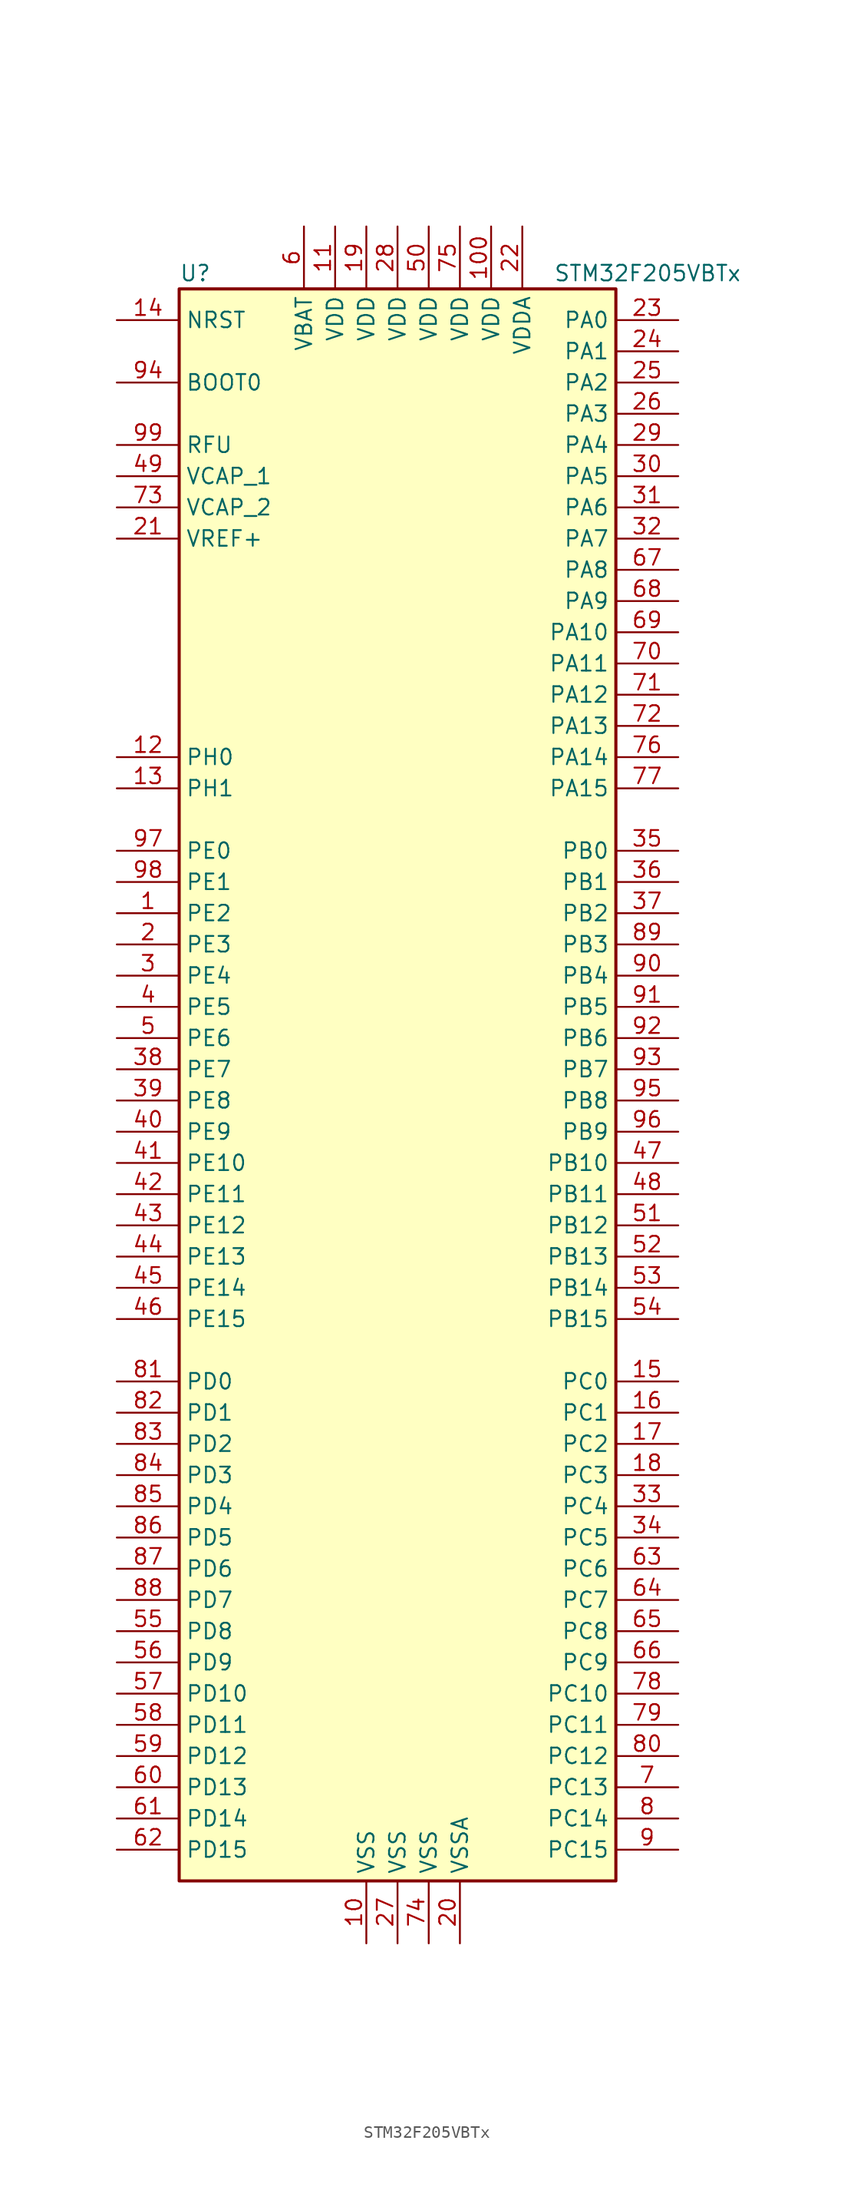
<source format=kicad_sym>
(kicad_symbol_lib
  (version 20201005)
  (generator kicad_symbol_editor)
  (symbol "STM32F205VBTx"
    (property "Reference" "U"
      (at -17.78 64.77 0)
      (effects (font (size 1.27 1.27)) (justify left)))
    (property "Value" "STM32F205VBTx"
      (at 12.7 64.77 0)
      (effects (font (size 1.27 1.27)) (justify left)))
    (symbol "STM32F205VBTx_0_1"
      (rectangle (start -17.78 -66.04) (end 17.78 63.5) (stroke (width 0.254)) (fill (type background))))
    (symbol "STM32F205VBTx_1_1"
      (pin input line (at -22.86 55.88 0) (length 5.08) (name "BOOT0" (effects (font (size 1.27 1.27)))) (number "94" (effects (font (size 1.27 1.27)))))
      (pin input line (at -22.86 60.96 0) (length 5.08) (name "NRST" (effects (font (size 1.27 1.27)))) (number "14" (effects (font (size 1.27 1.27)))))
      (pin bidirectional line (at 22.86 60.96 180) (length 5.08) (name "PA0" (effects (font (size 1.27 1.27)))) (number "23" (effects (font (size 1.27 1.27)))))
      (pin bidirectional line (at 22.86 58.42 180) (length 5.08) (name "PA1" (effects (font (size 1.27 1.27)))) (number "24" (effects (font (size 1.27 1.27)))))
      (pin bidirectional line (at 22.86 35.56 180) (length 5.08) (name "PA10" (effects (font (size 1.27 1.27)))) (number "69" (effects (font (size 1.27 1.27)))))
      (pin bidirectional line (at 22.86 33.02 180) (length 5.08) (name "PA11" (effects (font (size 1.27 1.27)))) (number "70" (effects (font (size 1.27 1.27)))))
      (pin bidirectional line (at 22.86 30.48 180) (length 5.08) (name "PA12" (effects (font (size 1.27 1.27)))) (number "71" (effects (font (size 1.27 1.27)))))
      (pin bidirectional line (at 22.86 27.94 180) (length 5.08) (name "PA13" (effects (font (size 1.27 1.27)))) (number "72" (effects (font (size 1.27 1.27)))))
      (pin bidirectional line (at 22.86 25.4 180) (length 5.08) (name "PA14" (effects (font (size 1.27 1.27)))) (number "76" (effects (font (size 1.27 1.27)))))
      (pin bidirectional line (at 22.86 22.86 180) (length 5.08) (name "PA15" (effects (font (size 1.27 1.27)))) (number "77" (effects (font (size 1.27 1.27)))))
      (pin bidirectional line (at 22.86 55.88 180) (length 5.08) (name "PA2" (effects (font (size 1.27 1.27)))) (number "25" (effects (font (size 1.27 1.27)))))
      (pin bidirectional line (at 22.86 53.34 180) (length 5.08) (name "PA3" (effects (font (size 1.27 1.27)))) (number "26" (effects (font (size 1.27 1.27)))))
      (pin bidirectional line (at 22.86 50.8 180) (length 5.08) (name "PA4" (effects (font (size 1.27 1.27)))) (number "29" (effects (font (size 1.27 1.27)))))
      (pin bidirectional line (at 22.86 48.26 180) (length 5.08) (name "PA5" (effects (font (size 1.27 1.27)))) (number "30" (effects (font (size 1.27 1.27)))))
      (pin bidirectional line (at 22.86 45.72 180) (length 5.08) (name "PA6" (effects (font (size 1.27 1.27)))) (number "31" (effects (font (size 1.27 1.27)))))
      (pin bidirectional line (at 22.86 43.18 180) (length 5.08) (name "PA7" (effects (font (size 1.27 1.27)))) (number "32" (effects (font (size 1.27 1.27)))))
      (pin bidirectional line (at 22.86 40.64 180) (length 5.08) (name "PA8" (effects (font (size 1.27 1.27)))) (number "67" (effects (font (size 1.27 1.27)))))
      (pin bidirectional line (at 22.86 38.1 180) (length 5.08) (name "PA9" (effects (font (size 1.27 1.27)))) (number "68" (effects (font (size 1.27 1.27)))))
      (pin bidirectional line (at 22.86 17.78 180) (length 5.08) (name "PB0" (effects (font (size 1.27 1.27)))) (number "35" (effects (font (size 1.27 1.27)))))
      (pin bidirectional line (at 22.86 15.24 180) (length 5.08) (name "PB1" (effects (font (size 1.27 1.27)))) (number "36" (effects (font (size 1.27 1.27)))))
      (pin bidirectional line (at 22.86 -7.62 180) (length 5.08) (name "PB10" (effects (font (size 1.27 1.27)))) (number "47" (effects (font (size 1.27 1.27)))))
      (pin bidirectional line (at 22.86 -10.16 180) (length 5.08) (name "PB11" (effects (font (size 1.27 1.27)))) (number "48" (effects (font (size 1.27 1.27)))))
      (pin bidirectional line (at 22.86 -12.7 180) (length 5.08) (name "PB12" (effects (font (size 1.27 1.27)))) (number "51" (effects (font (size 1.27 1.27)))))
      (pin bidirectional line (at 22.86 -15.24 180) (length 5.08) (name "PB13" (effects (font (size 1.27 1.27)))) (number "52" (effects (font (size 1.27 1.27)))))
      (pin bidirectional line (at 22.86 -17.78 180) (length 5.08) (name "PB14" (effects (font (size 1.27 1.27)))) (number "53" (effects (font (size 1.27 1.27)))))
      (pin bidirectional line (at 22.86 -20.32 180) (length 5.08) (name "PB15" (effects (font (size 1.27 1.27)))) (number "54" (effects (font (size 1.27 1.27)))))
      (pin bidirectional line (at 22.86 12.7 180) (length 5.08) (name "PB2" (effects (font (size 1.27 1.27)))) (number "37" (effects (font (size 1.27 1.27)))))
      (pin bidirectional line (at 22.86 10.16 180) (length 5.08) (name "PB3" (effects (font (size 1.27 1.27)))) (number "89" (effects (font (size 1.27 1.27)))))
      (pin bidirectional line (at 22.86 7.62 180) (length 5.08) (name "PB4" (effects (font (size 1.27 1.27)))) (number "90" (effects (font (size 1.27 1.27)))))
      (pin bidirectional line (at 22.86 5.08 180) (length 5.08) (name "PB5" (effects (font (size 1.27 1.27)))) (number "91" (effects (font (size 1.27 1.27)))))
      (pin bidirectional line (at 22.86 2.54 180) (length 5.08) (name "PB6" (effects (font (size 1.27 1.27)))) (number "92" (effects (font (size 1.27 1.27)))))
      (pin bidirectional line (at 22.86 0 180) (length 5.08) (name "PB7" (effects (font (size 1.27 1.27)))) (number "93" (effects (font (size 1.27 1.27)))))
      (pin bidirectional line (at 22.86 -2.54 180) (length 5.08) (name "PB8" (effects (font (size 1.27 1.27)))) (number "95" (effects (font (size 1.27 1.27)))))
      (pin bidirectional line (at 22.86 -5.08 180) (length 5.08) (name "PB9" (effects (font (size 1.27 1.27)))) (number "96" (effects (font (size 1.27 1.27)))))
      (pin bidirectional line (at 22.86 -25.4 180) (length 5.08) (name "PC0" (effects (font (size 1.27 1.27)))) (number "15" (effects (font (size 1.27 1.27)))))
      (pin bidirectional line (at 22.86 -27.94 180) (length 5.08) (name "PC1" (effects (font (size 1.27 1.27)))) (number "16" (effects (font (size 1.27 1.27)))))
      (pin bidirectional line (at 22.86 -50.8 180) (length 5.08) (name "PC10" (effects (font (size 1.27 1.27)))) (number "78" (effects (font (size 1.27 1.27)))))
      (pin bidirectional line (at 22.86 -53.34 180) (length 5.08) (name "PC11" (effects (font (size 1.27 1.27)))) (number "79" (effects (font (size 1.27 1.27)))))
      (pin bidirectional line (at 22.86 -55.88 180) (length 5.08) (name "PC12" (effects (font (size 1.27 1.27)))) (number "80" (effects (font (size 1.27 1.27)))))
      (pin bidirectional line (at 22.86 -58.42 180) (length 5.08) (name "PC13" (effects (font (size 1.27 1.27)))) (number "7" (effects (font (size 1.27 1.27)))))
      (pin bidirectional line (at 22.86 -60.96 180) (length 5.08) (name "PC14" (effects (font (size 1.27 1.27)))) (number "8" (effects (font (size 1.27 1.27)))))
      (pin bidirectional line (at 22.86 -63.5 180) (length 5.08) (name "PC15" (effects (font (size 1.27 1.27)))) (number "9" (effects (font (size 1.27 1.27)))))
      (pin bidirectional line (at 22.86 -30.48 180) (length 5.08) (name "PC2" (effects (font (size 1.27 1.27)))) (number "17" (effects (font (size 1.27 1.27)))))
      (pin bidirectional line (at 22.86 -33.02 180) (length 5.08) (name "PC3" (effects (font (size 1.27 1.27)))) (number "18" (effects (font (size 1.27 1.27)))))
      (pin bidirectional line (at 22.86 -35.56 180) (length 5.08) (name "PC4" (effects (font (size 1.27 1.27)))) (number "33" (effects (font (size 1.27 1.27)))))
      (pin bidirectional line (at 22.86 -38.1 180) (length 5.08) (name "PC5" (effects (font (size 1.27 1.27)))) (number "34" (effects (font (size 1.27 1.27)))))
      (pin bidirectional line (at 22.86 -40.64 180) (length 5.08) (name "PC6" (effects (font (size 1.27 1.27)))) (number "63" (effects (font (size 1.27 1.27)))))
      (pin bidirectional line (at 22.86 -43.18 180) (length 5.08) (name "PC7" (effects (font (size 1.27 1.27)))) (number "64" (effects (font (size 1.27 1.27)))))
      (pin bidirectional line (at 22.86 -45.72 180) (length 5.08) (name "PC8" (effects (font (size 1.27 1.27)))) (number "65" (effects (font (size 1.27 1.27)))))
      (pin bidirectional line (at 22.86 -48.26 180) (length 5.08) (name "PC9" (effects (font (size 1.27 1.27)))) (number "66" (effects (font (size 1.27 1.27)))))
      (pin bidirectional line (at -22.86 -25.4 0) (length 5.08) (name "PD0" (effects (font (size 1.27 1.27)))) (number "81" (effects (font (size 1.27 1.27)))))
      (pin bidirectional line (at -22.86 -27.94 0) (length 5.08) (name "PD1" (effects (font (size 1.27 1.27)))) (number "82" (effects (font (size 1.27 1.27)))))
      (pin bidirectional line (at -22.86 -50.8 0) (length 5.08) (name "PD10" (effects (font (size 1.27 1.27)))) (number "57" (effects (font (size 1.27 1.27)))))
      (pin bidirectional line (at -22.86 -53.34 0) (length 5.08) (name "PD11" (effects (font (size 1.27 1.27)))) (number "58" (effects (font (size 1.27 1.27)))))
      (pin bidirectional line (at -22.86 -55.88 0) (length 5.08) (name "PD12" (effects (font (size 1.27 1.27)))) (number "59" (effects (font (size 1.27 1.27)))))
      (pin bidirectional line (at -22.86 -58.42 0) (length 5.08) (name "PD13" (effects (font (size 1.27 1.27)))) (number "60" (effects (font (size 1.27 1.27)))))
      (pin bidirectional line (at -22.86 -60.96 0) (length 5.08) (name "PD14" (effects (font (size 1.27 1.27)))) (number "61" (effects (font (size 1.27 1.27)))))
      (pin bidirectional line (at -22.86 -63.5 0) (length 5.08) (name "PD15" (effects (font (size 1.27 1.27)))) (number "62" (effects (font (size 1.27 1.27)))))
      (pin bidirectional line (at -22.86 -30.48 0) (length 5.08) (name "PD2" (effects (font (size 1.27 1.27)))) (number "83" (effects (font (size 1.27 1.27)))))
      (pin bidirectional line (at -22.86 -33.02 0) (length 5.08) (name "PD3" (effects (font (size 1.27 1.27)))) (number "84" (effects (font (size 1.27 1.27)))))
      (pin bidirectional line (at -22.86 -35.56 0) (length 5.08) (name "PD4" (effects (font (size 1.27 1.27)))) (number "85" (effects (font (size 1.27 1.27)))))
      (pin bidirectional line (at -22.86 -38.1 0) (length 5.08) (name "PD5" (effects (font (size 1.27 1.27)))) (number "86" (effects (font (size 1.27 1.27)))))
      (pin bidirectional line (at -22.86 -40.64 0) (length 5.08) (name "PD6" (effects (font (size 1.27 1.27)))) (number "87" (effects (font (size 1.27 1.27)))))
      (pin bidirectional line (at -22.86 -43.18 0) (length 5.08) (name "PD7" (effects (font (size 1.27 1.27)))) (number "88" (effects (font (size 1.27 1.27)))))
      (pin bidirectional line (at -22.86 -45.72 0) (length 5.08) (name "PD8" (effects (font (size 1.27 1.27)))) (number "55" (effects (font (size 1.27 1.27)))))
      (pin bidirectional line (at -22.86 -48.26 0) (length 5.08) (name "PD9" (effects (font (size 1.27 1.27)))) (number "56" (effects (font (size 1.27 1.27)))))
      (pin bidirectional line (at -22.86 17.78 0) (length 5.08) (name "PE0" (effects (font (size 1.27 1.27)))) (number "97" (effects (font (size 1.27 1.27)))))
      (pin bidirectional line (at -22.86 15.24 0) (length 5.08) (name "PE1" (effects (font (size 1.27 1.27)))) (number "98" (effects (font (size 1.27 1.27)))))
      (pin bidirectional line (at -22.86 -7.62 0) (length 5.08) (name "PE10" (effects (font (size 1.27 1.27)))) (number "41" (effects (font (size 1.27 1.27)))))
      (pin bidirectional line (at -22.86 -10.16 0) (length 5.08) (name "PE11" (effects (font (size 1.27 1.27)))) (number "42" (effects (font (size 1.27 1.27)))))
      (pin bidirectional line (at -22.86 -12.7 0) (length 5.08) (name "PE12" (effects (font (size 1.27 1.27)))) (number "43" (effects (font (size 1.27 1.27)))))
      (pin bidirectional line (at -22.86 -15.24 0) (length 5.08) (name "PE13" (effects (font (size 1.27 1.27)))) (number "44" (effects (font (size 1.27 1.27)))))
      (pin bidirectional line (at -22.86 -17.78 0) (length 5.08) (name "PE14" (effects (font (size 1.27 1.27)))) (number "45" (effects (font (size 1.27 1.27)))))
      (pin bidirectional line (at -22.86 -20.32 0) (length 5.08) (name "PE15" (effects (font (size 1.27 1.27)))) (number "46" (effects (font (size 1.27 1.27)))))
      (pin bidirectional line (at -22.86 12.7 0) (length 5.08) (name "PE2" (effects (font (size 1.27 1.27)))) (number "1" (effects (font (size 1.27 1.27)))))
      (pin bidirectional line (at -22.86 10.16 0) (length 5.08) (name "PE3" (effects (font (size 1.27 1.27)))) (number "2" (effects (font (size 1.27 1.27)))))
      (pin bidirectional line (at -22.86 7.62 0) (length 5.08) (name "PE4" (effects (font (size 1.27 1.27)))) (number "3" (effects (font (size 1.27 1.27)))))
      (pin bidirectional line (at -22.86 5.08 0) (length 5.08) (name "PE5" (effects (font (size 1.27 1.27)))) (number "4" (effects (font (size 1.27 1.27)))))
      (pin bidirectional line (at -22.86 2.54 0) (length 5.08) (name "PE6" (effects (font (size 1.27 1.27)))) (number "5" (effects (font (size 1.27 1.27)))))
      (pin bidirectional line (at -22.86 0 0) (length 5.08) (name "PE7" (effects (font (size 1.27 1.27)))) (number "38" (effects (font (size 1.27 1.27)))))
      (pin bidirectional line (at -22.86 -2.54 0) (length 5.08) (name "PE8" (effects (font (size 1.27 1.27)))) (number "39" (effects (font (size 1.27 1.27)))))
      (pin bidirectional line (at -22.86 -5.08 0) (length 5.08) (name "PE9" (effects (font (size 1.27 1.27)))) (number "40" (effects (font (size 1.27 1.27)))))
      (pin input line (at -22.86 25.4 0) (length 5.08) (name "PH0" (effects (font (size 1.27 1.27)))) (number "12" (effects (font (size 1.27 1.27)))))
      (pin input line (at -22.86 22.86 0) (length 5.08) (name "PH1" (effects (font (size 1.27 1.27)))) (number "13" (effects (font (size 1.27 1.27)))))
      (pin power_in line (at -22.86 50.8 0) (length 5.08) (name "RFU" (effects (font (size 1.27 1.27)))) (number "99" (effects (font (size 1.27 1.27)))))
      (pin power_in line (at -7.62 68.58 270) (length 5.08) (name "VBAT" (effects (font (size 1.27 1.27)))) (number "6" (effects (font (size 1.27 1.27)))))
      (pin power_in line (at -22.86 48.26 0) (length 5.08) (name "VCAP_1" (effects (font (size 1.27 1.27)))) (number "49" (effects (font (size 1.27 1.27)))))
      (pin power_in line (at -22.86 45.72 0) (length 5.08) (name "VCAP_2" (effects (font (size 1.27 1.27)))) (number "73" (effects (font (size 1.27 1.27)))))
      (pin power_in line (at 7.62 68.58 270) (length 5.08) (name "VDD" (effects (font (size 1.27 1.27)))) (number "100" (effects (font (size 1.27 1.27)))))
      (pin power_in line (at -5.08 68.58 270) (length 5.08) (name "VDD" (effects (font (size 1.27 1.27)))) (number "11" (effects (font (size 1.27 1.27)))))
      (pin power_in line (at -2.54 68.58 270) (length 5.08) (name "VDD" (effects (font (size 1.27 1.27)))) (number "19" (effects (font (size 1.27 1.27)))))
      (pin power_in line (at 0 68.58 270) (length 5.08) (name "VDD" (effects (font (size 1.27 1.27)))) (number "28" (effects (font (size 1.27 1.27)))))
      (pin power_in line (at 2.54 68.58 270) (length 5.08) (name "VDD" (effects (font (size 1.27 1.27)))) (number "50" (effects (font (size 1.27 1.27)))))
      (pin power_in line (at 5.08 68.58 270) (length 5.08) (name "VDD" (effects (font (size 1.27 1.27)))) (number "75" (effects (font (size 1.27 1.27)))))
      (pin power_in line (at 10.16 68.58 270) (length 5.08) (name "VDDA" (effects (font (size 1.27 1.27)))) (number "22" (effects (font (size 1.27 1.27)))))
      (pin power_in line (at -22.86 43.18 0) (length 5.08) (name "VREF+" (effects (font (size 1.27 1.27)))) (number "21" (effects (font (size 1.27 1.27)))))
      (pin power_in line (at -2.54 -71.12 90) (length 5.08) (name "VSS" (effects (font (size 1.27 1.27)))) (number "10" (effects (font (size 1.27 1.27)))))
      (pin power_in line (at 0 -71.12 90) (length 5.08) (name "VSS" (effects (font (size 1.27 1.27)))) (number "27" (effects (font (size 1.27 1.27)))))
      (pin power_in line (at 2.54 -71.12 90) (length 5.08) (name "VSS" (effects (font (size 1.27 1.27)))) (number "74" (effects (font (size 1.27 1.27)))))
      (pin power_in line (at 5.08 -71.12 90) (length 5.08) (name "VSSA" (effects (font (size 1.27 1.27)))) (number "20" (effects (font (size 1.27 1.27))))))))
</source>
